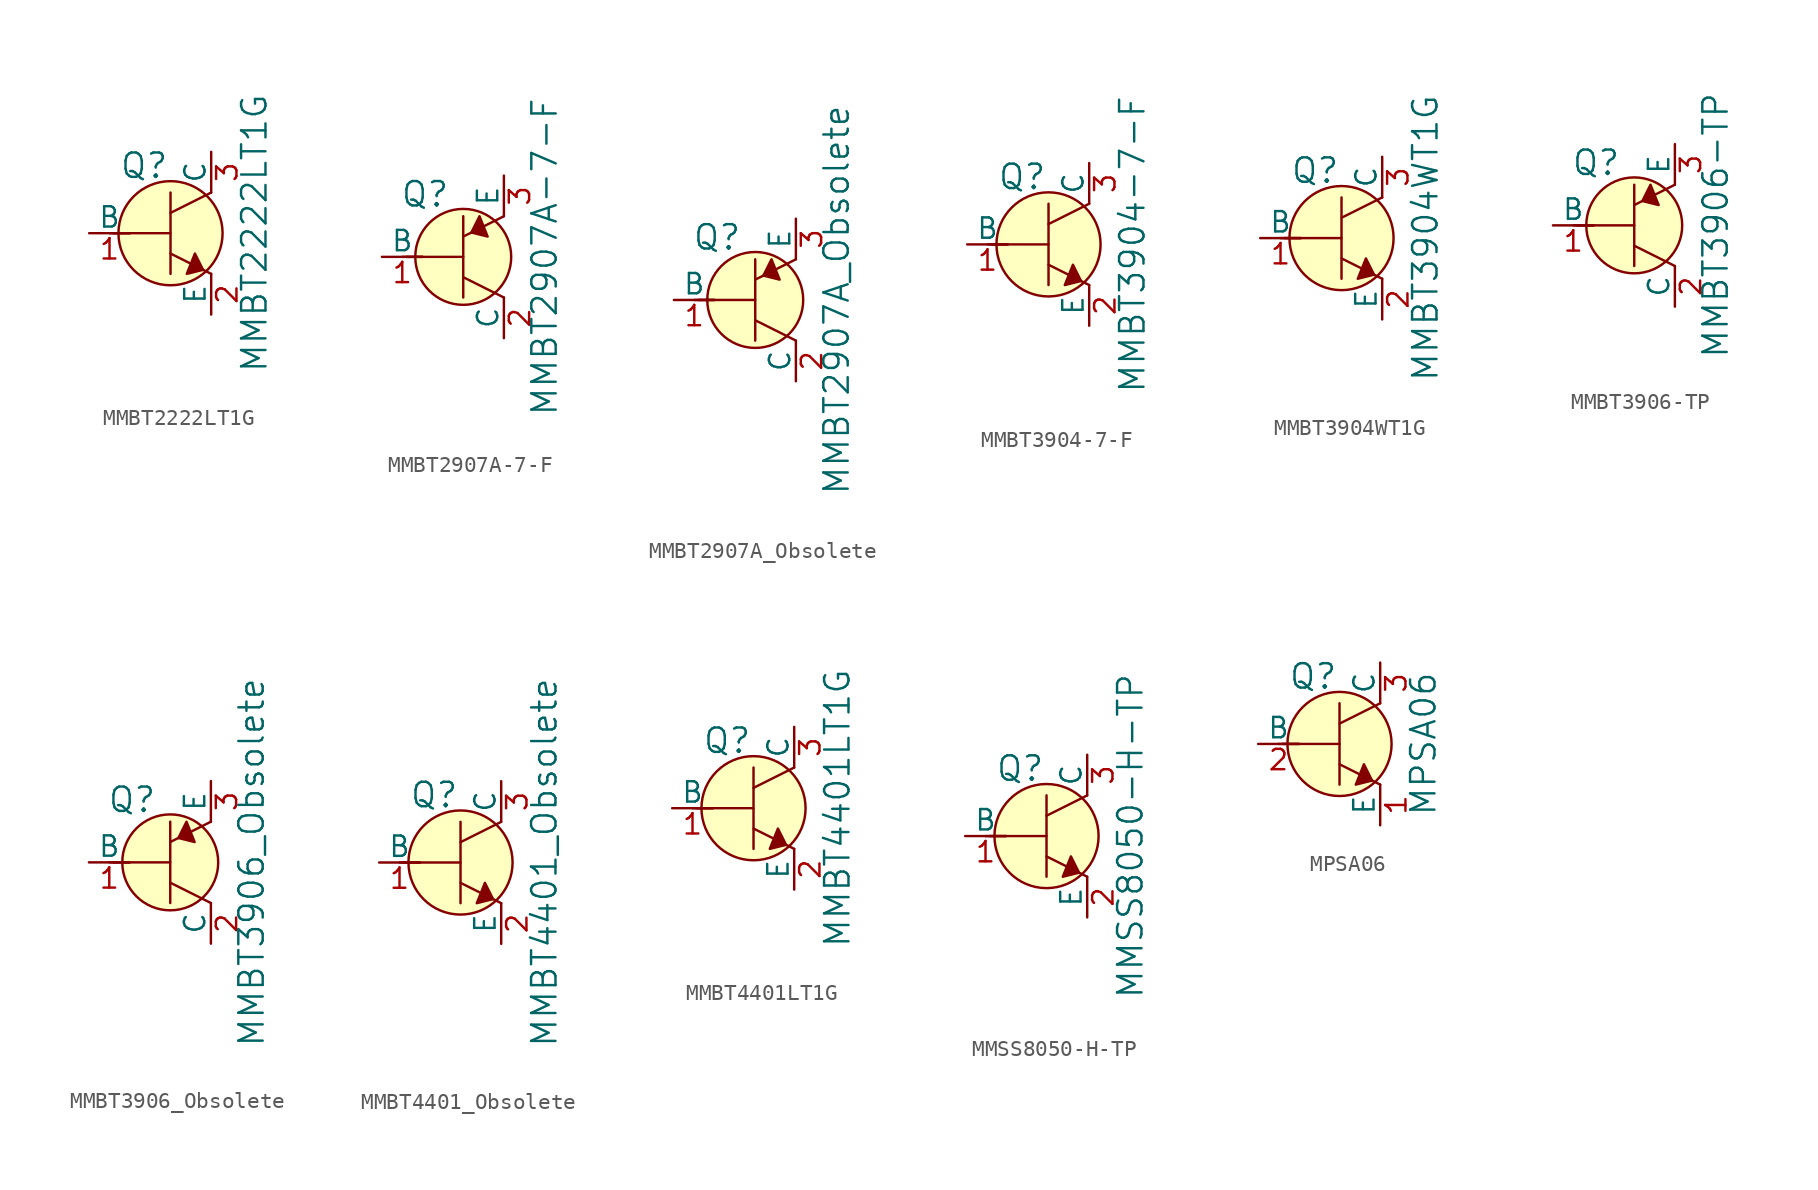
<source format=kicad_sym>
(kicad_symbol_lib
  (version 20220914)
  (generator kicad_symbol_editor)
  (symbol "MMBT2222LT1G"
    (pin_names
      (offset 0))
    (property "Reference" "Q"
      (at -3.2 4.216 0)
      (effects (font (size 1.524 1.524)) (justify left)))
    (property "Value" "MMBT2222LT1G"
      (at 5.232 0 90)
      (effects (font (size 1.524 1.524))))
    (symbol "MMBT2222LT1G_0_1"
      (polyline (pts (xy -3.81 0) (xy -2.54 0)) (stroke (width 0) (type default)) (fill (type none)))
      (polyline (pts (xy -3.556 0) (xy 0 0)) (stroke (width 0) (type default)) (fill (type none)))
      (polyline (pts (xy 0 -1.27) (xy 2.54 -2.54)) (stroke (width 0) (type default)) (fill (type none)))
      (polyline (pts (xy 0 1.27) (xy 2.54 2.54)) (stroke (width 0) (type default)) (fill (type none)))
      (polyline (pts (xy 0 2.54) (xy 0 -2.54)) (stroke (width 0) (type default)) (fill (type none)))
      (polyline (pts (xy 1.524 -1.27) (xy 2.032 -2.286) (xy 1.016 -2.54) (xy 1.524 -1.27)) (stroke (width 0) (type default)) (fill (type outline)))
      (circle (center 0 0) (radius 3.251) (stroke (width 0) (type default)) (fill (type background))))
    (symbol "MMBT2222LT1G_1_1"
      (pin input line (at -5.08 0 0) (length 2.54) (name "B" (effects (font (size 1.27 1.27)))) (number "1" (effects (font (size 1.27 1.27)))))
      (pin passive line (at 2.54 -5.08 90) (length 2.54) (name "E" (effects (font (size 1.27 1.27)))) (number "2" (effects (font (size 1.27 1.27)))))
      (pin passive line (at 2.54 5.08 270) (length 2.54) (name "C" (effects (font (size 1.27 1.27)))) (number "3" (effects (font (size 1.27 1.27)))))))
  (symbol "MMBT2907A-7-F"
    (pin_names
      (offset 0))
    (property "Reference" "Q"
      (at -2.388 3.912 0)
      (effects (font (size 1.524 1.524))))
    (property "Value" "MMBT2907A-7-F"
      (at 5.08 0 90)
      (effects (font (size 1.524 1.524))))
    (symbol "MMBT2907A-7-F_0_1"
      (polyline (pts (xy -3.81 0) (xy -2.54 0)) (stroke (width 0) (type default)) (fill (type none)))
      (polyline (pts (xy -3.556 0) (xy 0 0)) (stroke (width 0) (type default)) (fill (type none)))
      (polyline (pts (xy 0 -1.27) (xy 2.54 -2.54)) (stroke (width 0) (type default)) (fill (type none)))
      (polyline (pts (xy 0 1.27) (xy 2.54 2.54)) (stroke (width 0) (type default)) (fill (type none)))
      (polyline (pts (xy 0 2.54) (xy 0 -2.54)) (stroke (width 0) (type default)) (fill (type none)))
      (polyline (pts (xy 1.016 2.54) (xy 0.508 1.524) (xy 1.524 1.27) (xy 1.016 2.54)) (stroke (width 0) (type default)) (fill (type outline)))
      (circle (center 0 0) (radius 2.997) (stroke (width 0) (type default)) (fill (type background))))
    (symbol "MMBT2907A-7-F_1_1"
      (pin input line (at -5.08 0 0) (length 2.54) (name "B" (effects (font (size 1.27 1.27)))) (number "1" (effects (font (size 1.27 1.27)))))
      (pin passive line (at 2.54 -5.08 90) (length 2.54) (name "C" (effects (font (size 1.27 1.27)))) (number "2" (effects (font (size 1.27 1.27)))))
      (pin passive line (at 2.54 5.08 270) (length 2.54) (name "E" (effects (font (size 1.27 1.27)))) (number "3" (effects (font (size 1.27 1.27)))))))
  (symbol "MMBT2907A_Obsolete"
    (pin_names
      (offset 0))
    (property "Reference" "Q"
      (at -2.388 3.912 0)
      (effects (font (size 1.524 1.524))))
    (property "Value" "MMBT2907A_Obsolete"
      (at 5.08 0 90)
      (effects (font (size 1.524 1.524))))
    (symbol "MMBT2907A_Obsolete_0_1"
      (polyline (pts (xy -3.81 0) (xy -2.54 0)) (stroke (width 0) (type default)) (fill (type none)))
      (polyline (pts (xy -3.556 0) (xy 0 0)) (stroke (width 0) (type default)) (fill (type none)))
      (polyline (pts (xy 0 -1.27) (xy 2.54 -2.54)) (stroke (width 0) (type default)) (fill (type none)))
      (polyline (pts (xy 0 1.27) (xy 2.54 2.54)) (stroke (width 0) (type default)) (fill (type none)))
      (polyline (pts (xy 0 2.54) (xy 0 -2.54)) (stroke (width 0) (type default)) (fill (type none)))
      (polyline (pts (xy 1.016 2.54) (xy 0.508 1.524) (xy 1.524 1.27) (xy 1.016 2.54)) (stroke (width 0) (type default)) (fill (type outline)))
      (circle (center 0 0) (radius 2.997) (stroke (width 0) (type default)) (fill (type background))))
    (symbol "MMBT2907A_Obsolete_1_1"
      (pin input line (at -5.08 0 0) (length 2.54) (name "B" (effects (font (size 1.27 1.27)))) (number "1" (effects (font (size 1.27 1.27)))))
      (pin passive line (at 2.54 -5.08 90) (length 2.54) (name "C" (effects (font (size 1.27 1.27)))) (number "2" (effects (font (size 1.27 1.27)))))
      (pin passive line (at 2.54 5.08 270) (length 2.54) (name "E" (effects (font (size 1.27 1.27)))) (number "3" (effects (font (size 1.27 1.27)))))))
  (symbol "MMBT3904-7-F"
    (pin_names
      (offset 0))
    (property "Reference" "Q"
      (at -3.2 4.216 0)
      (effects (font (size 1.524 1.524)) (justify left)))
    (property "Value" "MMBT3904-7-F"
      (at 5.232 0 90)
      (effects (font (size 1.524 1.524))))
    (symbol "MMBT3904-7-F_0_1"
      (polyline (pts (xy -3.81 0) (xy -2.54 0)) (stroke (width 0) (type default)) (fill (type none)))
      (polyline (pts (xy -3.556 0) (xy 0 0)) (stroke (width 0) (type default)) (fill (type none)))
      (polyline (pts (xy 0 -1.27) (xy 2.54 -2.54)) (stroke (width 0) (type default)) (fill (type none)))
      (polyline (pts (xy 0 1.27) (xy 2.54 2.54)) (stroke (width 0) (type default)) (fill (type none)))
      (polyline (pts (xy 0 2.54) (xy 0 -2.54)) (stroke (width 0) (type default)) (fill (type none)))
      (polyline (pts (xy 1.524 -1.27) (xy 2.032 -2.286) (xy 1.016 -2.54) (xy 1.524 -1.27)) (stroke (width 0) (type default)) (fill (type outline)))
      (circle (center 0 0) (radius 3.251) (stroke (width 0) (type default)) (fill (type background))))
    (symbol "MMBT3904-7-F_1_1"
      (pin input line (at -5.08 0 0) (length 2.54) (name "B" (effects (font (size 1.27 1.27)))) (number "1" (effects (font (size 1.27 1.27)))))
      (pin passive line (at 2.54 -5.08 90) (length 2.54) (name "E" (effects (font (size 1.27 1.27)))) (number "2" (effects (font (size 1.27 1.27)))))
      (pin passive line (at 2.54 5.08 270) (length 2.54) (name "C" (effects (font (size 1.27 1.27)))) (number "3" (effects (font (size 1.27 1.27)))))))
  (symbol "MMBT3904WT1G"
    (pin_names
      (offset 0))
    (property "Reference" "Q"
      (at -3.2 4.216 0)
      (effects (font (size 1.524 1.524)) (justify left)))
    (property "Value" "MMBT3904WT1G"
      (at 5.232 0 90)
      (effects (font (size 1.524 1.524))))
    (symbol "MMBT3904WT1G_0_1"
      (polyline (pts (xy -3.81 0) (xy -2.54 0)) (stroke (width 0) (type default)) (fill (type none)))
      (polyline (pts (xy -3.556 0) (xy 0 0)) (stroke (width 0) (type default)) (fill (type none)))
      (polyline (pts (xy 0 -1.27) (xy 2.54 -2.54)) (stroke (width 0) (type default)) (fill (type none)))
      (polyline (pts (xy 0 1.27) (xy 2.54 2.54)) (stroke (width 0) (type default)) (fill (type none)))
      (polyline (pts (xy 0 2.54) (xy 0 -2.54)) (stroke (width 0) (type default)) (fill (type none)))
      (polyline (pts (xy 1.524 -1.27) (xy 2.032 -2.286) (xy 1.016 -2.54) (xy 1.524 -1.27)) (stroke (width 0) (type default)) (fill (type outline)))
      (circle (center 0 0) (radius 3.251) (stroke (width 0) (type default)) (fill (type background))))
    (symbol "MMBT3904WT1G_1_1"
      (pin input line (at -5.08 0 0) (length 2.54) (name "B" (effects (font (size 1.27 1.27)))) (number "1" (effects (font (size 1.27 1.27)))))
      (pin passive line (at 2.54 -5.08 90) (length 2.54) (name "E" (effects (font (size 1.27 1.27)))) (number "2" (effects (font (size 1.27 1.27)))))
      (pin passive line (at 2.54 5.08 270) (length 2.54) (name "C" (effects (font (size 1.27 1.27)))) (number "3" (effects (font (size 1.27 1.27)))))))
  (symbol "MMBT3906-TP"
    (pin_names
      (offset 0))
    (property "Reference" "Q"
      (at -2.388 3.912 0)
      (effects (font (size 1.524 1.524))))
    (property "Value" "MMBT3906-TP"
      (at 5.08 0 90)
      (effects (font (size 1.524 1.524))))
    (symbol "MMBT3906-TP_0_1"
      (polyline (pts (xy -3.81 0) (xy -2.54 0)) (stroke (width 0) (type default)) (fill (type none)))
      (polyline (pts (xy -3.556 0) (xy 0 0)) (stroke (width 0) (type default)) (fill (type none)))
      (polyline (pts (xy 0 -1.27) (xy 2.54 -2.54)) (stroke (width 0) (type default)) (fill (type none)))
      (polyline (pts (xy 0 1.27) (xy 2.54 2.54)) (stroke (width 0) (type default)) (fill (type none)))
      (polyline (pts (xy 0 2.54) (xy 0 -2.54)) (stroke (width 0) (type default)) (fill (type none)))
      (polyline (pts (xy 1.016 2.54) (xy 0.508 1.524) (xy 1.524 1.27) (xy 1.016 2.54)) (stroke (width 0) (type default)) (fill (type outline)))
      (circle (center 0 0) (radius 2.997) (stroke (width 0) (type default)) (fill (type background))))
    (symbol "MMBT3906-TP_1_1"
      (pin input line (at -5.08 0 0) (length 2.54) (name "B" (effects (font (size 1.27 1.27)))) (number "1" (effects (font (size 1.27 1.27)))))
      (pin passive line (at 2.54 -5.08 90) (length 2.54) (name "C" (effects (font (size 1.27 1.27)))) (number "2" (effects (font (size 1.27 1.27)))))
      (pin passive line (at 2.54 5.08 270) (length 2.54) (name "E" (effects (font (size 1.27 1.27)))) (number "3" (effects (font (size 1.27 1.27)))))))
  (symbol "MMBT3906_Obsolete"
    (pin_names
      (offset 0))
    (property "Reference" "Q"
      (at -2.388 3.912 0)
      (effects (font (size 1.524 1.524))))
    (property "Value" "MMBT3906_Obsolete"
      (at 5.08 0 90)
      (effects (font (size 1.524 1.524))))
    (symbol "MMBT3906_Obsolete_0_1"
      (polyline (pts (xy -3.81 0) (xy -2.54 0)) (stroke (width 0) (type default)) (fill (type none)))
      (polyline (pts (xy -3.556 0) (xy 0 0)) (stroke (width 0) (type default)) (fill (type none)))
      (polyline (pts (xy 0 -1.27) (xy 2.54 -2.54)) (stroke (width 0) (type default)) (fill (type none)))
      (polyline (pts (xy 0 1.27) (xy 2.54 2.54)) (stroke (width 0) (type default)) (fill (type none)))
      (polyline (pts (xy 0 2.54) (xy 0 -2.54)) (stroke (width 0) (type default)) (fill (type none)))
      (polyline (pts (xy 1.016 2.54) (xy 0.508 1.524) (xy 1.524 1.27) (xy 1.016 2.54)) (stroke (width 0) (type default)) (fill (type outline)))
      (circle (center 0 0) (radius 2.997) (stroke (width 0) (type default)) (fill (type background))))
    (symbol "MMBT3906_Obsolete_1_1"
      (pin input line (at -5.08 0 0) (length 2.54) (name "B" (effects (font (size 1.27 1.27)))) (number "1" (effects (font (size 1.27 1.27)))))
      (pin passive line (at 2.54 -5.08 90) (length 2.54) (name "C" (effects (font (size 1.27 1.27)))) (number "2" (effects (font (size 1.27 1.27)))))
      (pin passive line (at 2.54 5.08 270) (length 2.54) (name "E" (effects (font (size 1.27 1.27)))) (number "3" (effects (font (size 1.27 1.27)))))))
  (symbol "MMBT4401_Obsolete"
    (pin_names
      (offset 0))
    (property "Reference" "Q"
      (at -3.2 4.216 0)
      (effects (font (size 1.524 1.524)) (justify left)))
    (property "Value" "MMBT4401_Obsolete"
      (at 5.232 0 90)
      (effects (font (size 1.524 1.524))))
    (symbol "MMBT4401_Obsolete_0_1"
      (polyline (pts (xy -3.81 0) (xy -2.54 0)) (stroke (width 0) (type default)) (fill (type none)))
      (polyline (pts (xy -3.556 0) (xy 0 0)) (stroke (width 0) (type default)) (fill (type none)))
      (polyline (pts (xy 0 -1.27) (xy 2.54 -2.54)) (stroke (width 0) (type default)) (fill (type none)))
      (polyline (pts (xy 0 1.27) (xy 2.54 2.54)) (stroke (width 0) (type default)) (fill (type none)))
      (polyline (pts (xy 0 2.54) (xy 0 -2.54)) (stroke (width 0) (type default)) (fill (type none)))
      (polyline (pts (xy 1.524 -1.27) (xy 2.032 -2.286) (xy 1.016 -2.54) (xy 1.524 -1.27)) (stroke (width 0) (type default)) (fill (type outline)))
      (circle (center 0 0) (radius 3.251) (stroke (width 0) (type default)) (fill (type background))))
    (symbol "MMBT4401_Obsolete_1_1"
      (pin input line (at -5.08 0 0) (length 2.54) (name "B" (effects (font (size 1.27 1.27)))) (number "1" (effects (font (size 1.27 1.27)))))
      (pin passive line (at 2.54 -5.08 90) (length 2.54) (name "E" (effects (font (size 1.27 1.27)))) (number "2" (effects (font (size 1.27 1.27)))))
      (pin passive line (at 2.54 5.08 270) (length 2.54) (name "C" (effects (font (size 1.27 1.27)))) (number "3" (effects (font (size 1.27 1.27)))))))
  (symbol "MMBT4401LT1G"
    (pin_names
      (offset 0))
    (property "Reference" "Q"
      (at -3.2 4.216 0)
      (effects (font (size 1.524 1.524)) (justify left)))
    (property "Value" "MMBT4401LT1G"
      (at 5.232 0 90)
      (effects (font (size 1.524 1.524))))
    (symbol "MMBT4401LT1G_0_1"
      (polyline (pts (xy -3.81 0) (xy -2.54 0)) (stroke (width 0) (type default)) (fill (type none)))
      (polyline (pts (xy -3.556 0) (xy 0 0)) (stroke (width 0) (type default)) (fill (type none)))
      (polyline (pts (xy 0 -1.27) (xy 2.54 -2.54)) (stroke (width 0) (type default)) (fill (type none)))
      (polyline (pts (xy 0 1.27) (xy 2.54 2.54)) (stroke (width 0) (type default)) (fill (type none)))
      (polyline (pts (xy 0 2.54) (xy 0 -2.54)) (stroke (width 0) (type default)) (fill (type none)))
      (polyline (pts (xy 1.524 -1.27) (xy 2.032 -2.286) (xy 1.016 -2.54) (xy 1.524 -1.27)) (stroke (width 0) (type default)) (fill (type outline)))
      (circle (center 0 0) (radius 3.251) (stroke (width 0) (type default)) (fill (type background))))
    (symbol "MMBT4401LT1G_1_1"
      (pin input line (at -5.08 0 0) (length 2.54) (name "B" (effects (font (size 1.27 1.27)))) (number "1" (effects (font (size 1.27 1.27)))))
      (pin passive line (at 2.54 -5.08 90) (length 2.54) (name "E" (effects (font (size 1.27 1.27)))) (number "2" (effects (font (size 1.27 1.27)))))
      (pin passive line (at 2.54 5.08 270) (length 2.54) (name "C" (effects (font (size 1.27 1.27)))) (number "3" (effects (font (size 1.27 1.27)))))))
  (symbol "MMSS8050-H-TP"
    (pin_names
      (offset 0))
    (property "Reference" "Q"
      (at -3.2 4.216 0)
      (effects (font (size 1.524 1.524)) (justify left)))
    (property "Value" "MMSS8050-H-TP"
      (at 5.232 0 90)
      (effects (font (size 1.524 1.524))))
    (symbol "MMSS8050-H-TP_0_1"
      (polyline (pts (xy -3.81 0) (xy -2.54 0)) (stroke (width 0) (type default)) (fill (type none)))
      (polyline (pts (xy -3.556 0) (xy 0 0)) (stroke (width 0) (type default)) (fill (type none)))
      (polyline (pts (xy 0 -1.27) (xy 2.54 -2.54)) (stroke (width 0) (type default)) (fill (type none)))
      (polyline (pts (xy 0 1.27) (xy 2.54 2.54)) (stroke (width 0) (type default)) (fill (type none)))
      (polyline (pts (xy 0 2.54) (xy 0 -2.54)) (stroke (width 0) (type default)) (fill (type none)))
      (polyline (pts (xy 1.524 -1.27) (xy 2.032 -2.286) (xy 1.016 -2.54) (xy 1.524 -1.27)) (stroke (width 0) (type default)) (fill (type outline)))
      (circle (center 0 0) (radius 3.251) (stroke (width 0) (type default)) (fill (type background))))
    (symbol "MMSS8050-H-TP_1_1"
      (pin input line (at -5.08 0 0) (length 2.54) (name "B" (effects (font (size 1.27 1.27)))) (number "1" (effects (font (size 1.27 1.27)))))
      (pin passive line (at 2.54 -5.08 90) (length 2.54) (name "E" (effects (font (size 1.27 1.27)))) (number "2" (effects (font (size 1.27 1.27)))))
      (pin passive line (at 2.54 5.08 270) (length 2.54) (name "C" (effects (font (size 1.27 1.27)))) (number "3" (effects (font (size 1.27 1.27)))))))
  (symbol "MPSA06"
    (pin_names
      (offset 0))
    (property "Reference" "Q"
      (at -3.2 4.216 0)
      (effects (font (size 1.524 1.524)) (justify left)))
    (property "Value" "MPSA06"
      (at 5.232 0 90)
      (effects (font (size 1.524 1.524))))
    (symbol "MPSA06_0_1"
      (polyline (pts (xy -3.81 0) (xy -2.54 0)) (stroke (width 0) (type default)) (fill (type none)))
      (polyline (pts (xy -3.556 0) (xy 0 0)) (stroke (width 0) (type default)) (fill (type none)))
      (polyline (pts (xy 0 -1.27) (xy 2.54 -2.54)) (stroke (width 0) (type default)) (fill (type none)))
      (polyline (pts (xy 0 1.27) (xy 2.54 2.54)) (stroke (width 0) (type default)) (fill (type none)))
      (polyline (pts (xy 0 2.54) (xy 0 -2.54)) (stroke (width 0) (type default)) (fill (type none)))
      (polyline (pts (xy 1.524 -1.27) (xy 2.032 -2.286) (xy 1.016 -2.54) (xy 1.524 -1.27)) (stroke (width 0) (type default)) (fill (type outline)))
      (circle (center 0 0) (radius 3.251) (stroke (width 0) (type default)) (fill (type background))))
    (symbol "MPSA06_1_1"
      (pin passive line (at 2.54 -5.08 90) (length 2.54) (name "E" (effects (font (size 1.27 1.27)))) (number "1" (effects (font (size 1.27 1.27)))))
      (pin input line (at -5.08 0 0) (length 2.54) (name "B" (effects (font (size 1.27 1.27)))) (number "2" (effects (font (size 1.27 1.27)))))
      (pin passive line (at 2.54 5.08 270) (length 2.54) (name "C" (effects (font (size 1.27 1.27)))) (number "3" (effects (font (size 1.27 1.27))))))))
</source>
